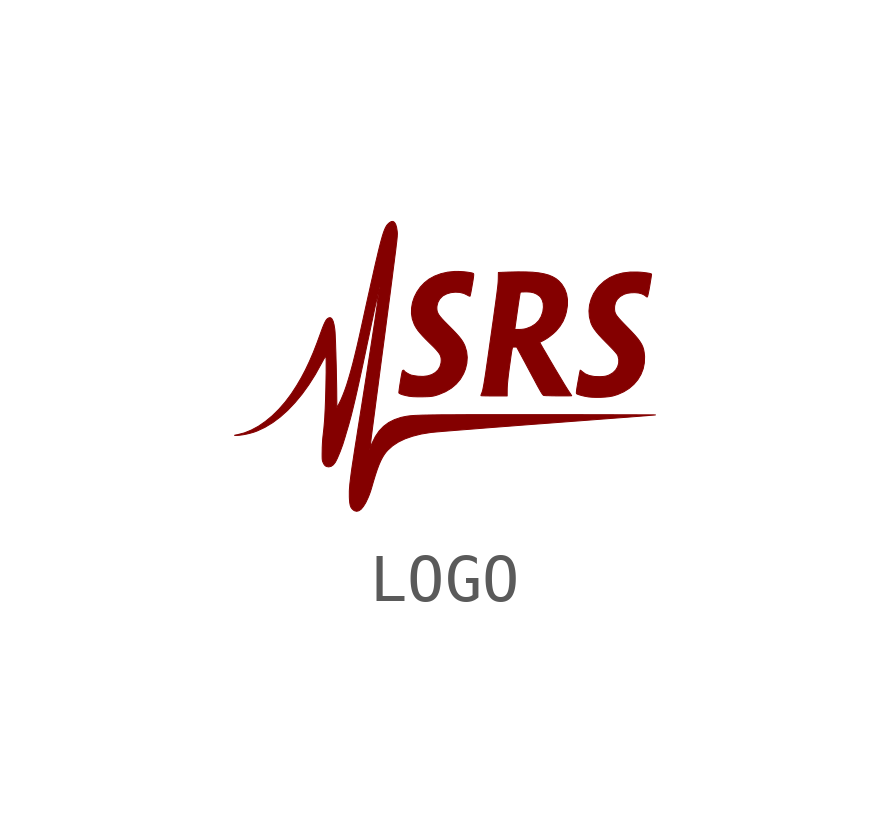
<source format=kicad_sym>
(kicad_symbol_lib
  (version 20220914)
  (generator "bitmap2component")
  (generator_version "8.0")
  (symbol "LOGO"
    (pin_names
      (offset 1.016))
    (property "Reference" "#G"
      (at 0 2.386 0)
      (effects (font (size 1.27 1.27)) hide))
    (symbol "LOGO_0_0"
      (polyline (pts (xy -1.79 -3.01) (xy -1.743 -2.977) (xy -1.696 -2.92) (xy -1.647 -2.842) (xy -1.599 -2.74) (xy -1.593 -2.726) (xy -1.568 -2.664) (xy -1.545 -2.598) (xy -1.527 -2.54) (xy -1.486 -2.398) (xy -1.445 -2.264) (xy -1.407 -2.149) (xy -1.37 -2.051) (xy -1.334 -1.968) (xy -1.297 -1.897) (xy -1.26 -1.837) (xy -1.221 -1.785) (xy -1.188 -1.748) (xy -1.087 -1.657) (xy -0.967 -1.578) (xy -0.827 -1.511) (xy -0.667 -1.456) (xy -0.489 -1.411) (xy -0.29 -1.379) (xy -0.283 -1.378) (xy -0.245 -1.375) (xy -0.185 -1.369) (xy -0.102 -1.362) (xy 0.002 -1.353) (xy 0.128 -1.343) (xy 0.276 -1.331) (xy 0.444 -1.318) (xy 0.634 -1.303) (xy 0.844 -1.286) (xy 1.074 -1.268) (xy 1.324 -1.249) (xy 1.593 -1.228) (xy 1.883 -1.206) (xy 2.191 -1.183) (xy 2.518 -1.158) (xy 2.864 -1.132) (xy 3.228 -1.104) (xy 3.61 -1.075) (xy 3.677 -1.07) (xy 3.804 -1.061) (xy 3.924 -1.051) (xy 4.034 -1.043) (xy 4.132 -1.035) (xy 4.218 -1.028) (xy 4.288 -1.022) (xy 4.341 -1.018) (xy 4.375 -1.015) (xy 4.388 -1.013) (xy 4.38 -1.013) (xy 4.35 -1.012) (xy 4.3 -1.012) (xy 4.23 -1.011) (xy 4.141 -1.011) (xy 4.034 -1.011) (xy 3.91 -1.01) (xy 3.771 -1.01) (xy 3.617 -1.01) (xy 3.449 -1.009) (xy 3.269 -1.009) (xy 3.078 -1.009) (xy 2.876 -1.008) (xy 2.665 -1.008) (xy 2.445 -1.008) (xy 2.218 -1.008) (xy 1.985 -1.008) (xy 1.798 -1.008) (xy 1.523 -1.008) (xy 1.268 -1.008) (xy 1.034 -1.008) (xy 0.82 -1.008) (xy 0.624 -1.008) (xy 0.446 -1.008) (xy 0.284 -1.009) (xy 0.137 -1.01) (xy 0.006 -1.01) (xy -0.112 -1.011) (xy -0.217 -1.013) (xy -0.31 -1.014) (xy -0.393 -1.016) (xy -0.465 -1.017) (xy -0.529 -1.02) (xy -0.584 -1.022) (xy -0.632 -1.024) (xy -0.675 -1.027) (xy -0.712 -1.03) (xy -0.745 -1.034) (xy -0.774 -1.038) (xy -0.801 -1.042) (xy -0.827 -1.047) (xy -0.852 -1.052) (xy -0.913 -1.065) (xy -1.049 -1.111) (xy -1.17 -1.172) (xy -1.276 -1.251) (xy -1.368 -1.347) (xy -1.446 -1.462) (xy -1.512 -1.595) (xy -1.525 -1.625) (xy -1.541 -1.659) (xy -1.552 -1.679) (xy -1.556 -1.681) (xy -1.556 -1.679) (xy -1.553 -1.656) (xy -1.548 -1.614) (xy -1.54 -1.554) (xy -1.531 -1.477) (xy -1.519 -1.387) (xy -1.506 -1.284) (xy -1.491 -1.17) (xy -1.475 -1.049) (xy -1.458 -0.92) (xy -1.425 -0.665) (xy -1.382 -0.341) (xy -1.343 -0.039) (xy -1.306 0.242) (xy -1.271 0.504) (xy -1.239 0.747) (xy -1.21 0.971) (xy -1.183 1.177) (xy -1.158 1.367) (xy -1.135 1.541) (xy -1.115 1.699) (xy -1.096 1.843) (xy -1.08 1.972) (xy -1.065 2.089) (xy -1.051 2.193) (xy -1.04 2.285) (xy -1.029 2.367) (xy -1.02 2.439) (xy -1.013 2.501) (xy -1.007 2.554) (xy -1.001 2.6) (xy -0.997 2.639) (xy -0.994 2.671) (xy -0.991 2.697) (xy -0.99 2.719) (xy -0.989 2.736) (xy -0.988 2.751) (xy -0.988 2.762) (xy -0.988 2.772) (xy -0.989 2.78) (xy -0.989 2.788) (xy -0.992 2.815) (xy -1.005 2.897) (xy -1.024 2.958) (xy -1.049 2.998) (xy -1.08 3.018) (xy -1.115 3.015) (xy -1.156 2.99) (xy -1.168 2.979) (xy -1.183 2.965) (xy -1.198 2.949) (xy -1.212 2.931) (xy -1.225 2.909) (xy -1.239 2.883) (xy -1.253 2.851) (xy -1.268 2.813) (xy -1.284 2.767) (xy -1.301 2.713) (xy -1.319 2.65) (xy -1.339 2.576) (xy -1.361 2.49) (xy -1.385 2.393) (xy -1.411 2.281) (xy -1.441 2.156) (xy -1.473 2.015) (xy -1.508 1.857) (xy -1.548 1.683) (xy -1.56 1.625) (xy -1.371 1.625) (xy -1.369 1.64) (xy -1.365 1.639) (xy -1.364 1.634) (xy -1.365 1.61) (xy -1.369 1.609) (xy -1.371 1.625) (xy -1.56 1.625) (xy -1.591 1.489) (xy -1.638 1.277) (xy -1.689 1.044) (xy -1.745 0.789) (xy -1.777 0.644) (xy -1.827 0.425) (xy -1.875 0.226) (xy -1.92 0.046) (xy -1.964 -0.116) (xy -2.006 -0.261) (xy -2.046 -0.391) (xy -2.086 -0.506) (xy -2.126 -0.609) (xy -2.165 -0.701) (xy -2.205 -0.782) (xy -2.248 -0.864) (xy -2.251 -0.612) (xy -2.251 -0.596) (xy -2.252 -0.48) (xy -2.254 -0.358) (xy -2.257 -0.231) (xy -2.259 -0.102) (xy -2.262 0.027) (xy -2.266 0.153) (xy -2.269 0.274) (xy -2.273 0.386) (xy -2.276 0.489) (xy -2.28 0.578) (xy -2.283 0.652) (xy -2.286 0.708) (xy -2.289 0.744) (xy -2.293 0.779) (xy -2.308 0.87) (xy -2.327 0.94) (xy -2.35 0.986) (xy -2.376 1.01) (xy -2.406 1.012) (xy -2.422 1.006) (xy -2.442 0.994) (xy -2.461 0.977) (xy -2.479 0.951) (xy -2.499 0.914) (xy -2.522 0.864) (xy -2.548 0.8) (xy -2.578 0.718) (xy -2.615 0.617) (xy -2.661 0.491) (xy -2.741 0.285) (xy -2.822 0.098) (xy -2.905 -0.077) (xy -2.991 -0.24) (xy -3.083 -0.397) (xy -3.182 -0.55) (xy -3.202 -0.58) (xy -3.326 -0.745) (xy -3.458 -0.896) (xy -3.595 -1.031) (xy -3.737 -1.148) (xy -3.881 -1.248) (xy -4.028 -1.327) (xy -4.174 -1.387) (xy -4.319 -1.425) (xy -4.338 -1.428) (xy -4.369 -1.434) (xy -4.38 -1.438) (xy -4.372 -1.44) (xy -4.348 -1.44) (xy -4.339 -1.441) (xy -4.279 -1.437) (xy -4.206 -1.427) (xy -4.127 -1.412) (xy -4.049 -1.393) (xy -3.979 -1.373) (xy -3.91 -1.348) (xy -3.747 -1.272) (xy -3.585 -1.174) (xy -3.426 -1.055) (xy -3.271 -0.916) (xy -3.12 -0.757) (xy -2.973 -0.58) (xy -2.832 -0.384) (xy -2.697 -0.171) (xy -2.57 0.059) (xy -2.552 0.092) (xy -2.525 0.141) (xy -2.502 0.179) (xy -2.486 0.203) (xy -2.479 0.21) (xy -2.476 0.198) (xy -2.474 0.164) (xy -2.472 0.113) (xy -2.472 0.045) (xy -2.472 -0.036) (xy -2.472 -0.128) (xy -2.474 -0.229) (xy -2.476 -0.336) (xy -2.478 -0.448) (xy -2.481 -0.56) (xy -2.484 -0.673) (xy -2.488 -0.782) (xy -2.492 -0.885) (xy -2.497 -0.981) (xy -2.501 -1.066) (xy -2.506 -1.138) (xy -2.512 -1.206) (xy -2.519 -1.289) (xy -2.528 -1.371) (xy -2.536 -1.442) (xy -2.538 -1.459) (xy -2.545 -1.529) (xy -2.55 -1.611) (xy -2.554 -1.695) (xy -2.555 -1.773) (xy -2.556 -1.822) (xy -2.556 -1.88) (xy -2.555 -1.922) (xy -2.552 -1.953) (xy -2.547 -1.976) (xy -2.539 -1.997) (xy -2.529 -2.019) (xy -2.511 -2.051) (xy -2.488 -2.075) (xy -2.46 -2.089) (xy -2.418 -2.096) (xy -2.369 -2.085) (xy -2.322 -2.052) (xy -2.279 -1.997) (xy -2.239 -1.918) (xy -2.18 -1.778) (xy -2.126 -1.631) (xy -2.083 -1.493) (xy -2.072 -1.458) (xy -2.053 -1.39) (xy -2.033 -1.324) (xy -2.017 -1.27) (xy -2.001 -1.216) (xy -1.978 -1.131) (xy -1.952 -1.036) (xy -1.925 -0.928) (xy -1.896 -0.808) (xy -1.864 -0.674) (xy -1.83 -0.525) (xy -1.793 -0.359) (xy -1.753 -0.176) (xy -1.709 0.026) (xy -1.662 0.248) (xy -1.611 0.492) (xy -1.592 0.579) (xy -1.56 0.73) (xy -1.53 0.873) (xy -1.501 1.007) (xy -1.475 1.131) (xy -1.451 1.242) (xy -1.429 1.339) (xy -1.411 1.422) (xy -1.396 1.488) (xy -1.385 1.536) (xy -1.378 1.565) (xy -1.375 1.573) (xy -1.375 1.571) (xy -1.376 1.548) (xy -1.381 1.501) (xy -1.389 1.433) (xy -1.401 1.341) (xy -1.417 1.228) (xy -1.437 1.091) (xy -1.46 0.933) (xy -1.488 0.751) (xy -1.519 0.547) (xy -1.554 0.321) (xy -1.593 0.072) (xy -1.635 -0.2) (xy -1.681 -0.494) (xy -1.731 -0.811) (xy -1.785 -1.15) (xy -1.81 -1.306) (xy -1.839 -1.494) (xy -1.866 -1.662) (xy -1.875 -1.721) (xy -1.567 -1.721) (xy -1.565 -1.71) (xy -1.56 -1.714) (xy -1.558 -1.721) (xy -1.56 -1.736) (xy -1.564 -1.736) (xy -1.567 -1.721) (xy -1.875 -1.721) (xy -1.889 -1.811) (xy -1.909 -1.944) (xy -1.927 -2.06) (xy -1.942 -2.163) (xy -1.954 -2.252) (xy -1.964 -2.33) (xy -1.972 -2.399) (xy -1.979 -2.459) (xy -1.983 -2.512) (xy -1.987 -2.559) (xy -1.989 -2.603) (xy -1.989 -2.643) (xy -1.989 -2.683) (xy -1.989 -2.723) (xy -1.987 -2.769) (xy -1.981 -2.84) (xy -1.971 -2.895) (xy -1.956 -2.936) (xy -1.933 -2.969) (xy -1.903 -2.996) (xy -1.883 -3.009) (xy -1.837 -3.021) (xy -1.79 -3.01)) (stroke (width 0.01) (type default)) (fill (type outline)))
      (polyline (pts (xy 3.251 -0.647) (xy 3.345 -0.641) (xy 3.43 -0.632) (xy 3.5 -0.619) (xy 3.601 -0.588) (xy 3.729 -0.531) (xy 3.842 -0.46) (xy 3.94 -0.375) (xy 4.022 -0.278) (xy 4.086 -0.171) (xy 4.132 -0.054) (xy 4.157 0.07) (xy 4.162 0.2) (xy 4.161 0.218) (xy 4.154 0.284) (xy 4.143 0.345) (xy 4.126 0.402) (xy 4.101 0.457) (xy 4.066 0.514) (xy 4.021 0.576) (xy 3.963 0.644) (xy 3.89 0.723) (xy 3.803 0.813) (xy 3.793 0.823) (xy 3.722 0.896) (xy 3.665 0.956) (xy 3.621 1.005) (xy 3.588 1.046) (xy 3.565 1.081) (xy 3.55 1.113) (xy 3.541 1.144) (xy 3.537 1.177) (xy 3.536 1.213) (xy 3.538 1.254) (xy 3.556 1.331) (xy 3.594 1.396) (xy 3.651 1.452) (xy 3.73 1.497) (xy 3.736 1.5) (xy 3.8 1.52) (xy 3.877 1.531) (xy 3.957 1.534) (xy 4.034 1.527) (xy 4.097 1.511) (xy 4.125 1.499) (xy 4.16 1.481) (xy 4.182 1.464) (xy 4.199 1.449) (xy 4.216 1.442) (xy 4.221 1.448) (xy 4.23 1.476) (xy 4.241 1.525) (xy 4.255 1.593) (xy 4.27 1.679) (xy 4.274 1.702) (xy 4.285 1.771) (xy 4.295 1.83) (xy 4.302 1.877) (xy 4.306 1.909) (xy 4.307 1.921) (xy 4.29 1.929) (xy 4.255 1.938) (xy 4.205 1.946) (xy 4.145 1.954) (xy 4.079 1.96) (xy 4.01 1.964) (xy 3.859 1.963) (xy 3.706 1.944) (xy 3.565 1.906) (xy 3.437 1.849) (xy 3.322 1.773) (xy 3.219 1.679) (xy 3.171 1.622) (xy 3.099 1.514) (xy 3.048 1.397) (xy 3.015 1.276) (xy 3.003 1.152) (xy 3.012 1.029) (xy 3.043 0.908) (xy 3.053 0.882) (xy 3.078 0.83) (xy 3.113 0.775) (xy 3.158 0.715) (xy 3.216 0.647) (xy 3.288 0.57) (xy 3.376 0.48) (xy 3.38 0.477) (xy 3.448 0.407) (xy 3.506 0.347) (xy 3.551 0.297) (xy 3.582 0.259) (xy 3.598 0.235) (xy 3.606 0.217) (xy 3.624 0.141) (xy 3.622 0.064) (xy 3.6 -0.01) (xy 3.56 -0.077) (xy 3.503 -0.134) (xy 3.43 -0.178) (xy 3.403 -0.189) (xy 3.361 -0.203) (xy 3.314 -0.211) (xy 3.253 -0.215) (xy 3.228 -0.216) (xy 3.112 -0.212) (xy 3.013 -0.193) (xy 2.93 -0.16) (xy 2.863 -0.111) (xy 2.852 -0.101) (xy 2.832 -0.085) (xy 2.821 -0.081) (xy 2.821 -0.083) (xy 2.816 -0.102) (xy 2.808 -0.139) (xy 2.798 -0.191) (xy 2.787 -0.254) (xy 2.774 -0.325) (xy 2.766 -0.367) (xy 2.754 -0.438) (xy 2.746 -0.491) (xy 2.742 -0.528) (xy 2.74 -0.552) (xy 2.743 -0.567) (xy 2.747 -0.573) (xy 2.765 -0.582) (xy 2.805 -0.596) (xy 2.858 -0.611) (xy 2.918 -0.625) (xy 2.981 -0.636) (xy 2.99 -0.638) (xy 3.067 -0.645) (xy 3.156 -0.648) (xy 3.251 -0.647)) (stroke (width 0.01) (type default)) (fill (type outline)))
      (polyline (pts (xy -0.463 -0.636) (xy -0.39 -0.634) (xy -0.331 -0.632) (xy -0.285 -0.628) (xy -0.246 -0.622) (xy -0.209 -0.614) (xy -0.168 -0.602) (xy -0.122 -0.587) (xy 0.014 -0.53) (xy 0.135 -0.457) (xy 0.238 -0.37) (xy 0.324 -0.269) (xy 0.391 -0.154) (xy 0.429 -0.06) (xy 0.459 0.063) (xy 0.468 0.185) (xy 0.455 0.306) (xy 0.42 0.421) (xy 0.418 0.427) (xy 0.396 0.474) (xy 0.37 0.52) (xy 0.337 0.568) (xy 0.296 0.62) (xy 0.243 0.679) (xy 0.178 0.748) (xy 0.097 0.83) (xy 0.053 0.874) (xy -0.012 0.94) (xy -0.063 0.995) (xy -0.101 1.04) (xy -0.129 1.079) (xy -0.147 1.114) (xy -0.159 1.147) (xy -0.164 1.181) (xy -0.166 1.218) (xy -0.163 1.257) (xy -0.143 1.334) (xy -0.104 1.403) (xy -0.049 1.459) (xy -0.036 1.469) (xy 0.041 1.509) (xy 0.127 1.534) (xy 0.219 1.544) (xy 0.311 1.539) (xy 0.397 1.518) (xy 0.471 1.482) (xy 0.487 1.472) (xy 0.512 1.461) (xy 0.526 1.461) (xy 0.526 1.462) (xy 0.531 1.479) (xy 0.539 1.515) (xy 0.549 1.566) (xy 0.56 1.627) (xy 0.572 1.697) (xy 0.577 1.723) (xy 0.589 1.796) (xy 0.597 1.85) (xy 0.601 1.888) (xy 0.602 1.913) (xy 0.6 1.927) (xy 0.595 1.934) (xy 0.568 1.944) (xy 0.523 1.953) (xy 0.463 1.962) (xy 0.392 1.97) (xy 0.315 1.975) (xy 0.207 1.976) (xy 0.059 1.961) (xy -0.081 1.929) (xy -0.212 1.88) (xy -0.329 1.816) (xy -0.424 1.741) (xy -0.51 1.651) (xy -0.58 1.55) (xy -0.635 1.442) (xy -0.673 1.329) (xy -0.693 1.213) (xy -0.695 1.098) (xy -0.677 0.986) (xy -0.639 0.88) (xy -0.622 0.845) (xy -0.593 0.795) (xy -0.559 0.745) (xy -0.516 0.693) (xy -0.464 0.634) (xy -0.399 0.566) (xy -0.318 0.486) (xy -0.303 0.471) (xy -0.234 0.404) (xy -0.181 0.348) (xy -0.141 0.301) (xy -0.112 0.262) (xy -0.093 0.226) (xy -0.082 0.191) (xy -0.076 0.155) (xy -0.075 0.114) (xy -0.079 0.069) (xy -0.101 -0.009) (xy -0.141 -0.075) (xy -0.198 -0.13) (xy -0.27 -0.172) (xy -0.355 -0.199) (xy -0.452 -0.211) (xy -0.558 -0.207) (xy -0.572 -0.205) (xy -0.623 -0.198) (xy -0.668 -0.19) (xy -0.698 -0.184) (xy -0.709 -0.18) (xy -0.743 -0.165) (xy -0.779 -0.145) (xy -0.813 -0.124) (xy -0.837 -0.105) (xy -0.847 -0.092) (xy -0.848 -0.087) (xy -0.858 -0.08) (xy -0.874 -0.085) (xy -0.885 -0.1) (xy -0.891 -0.124) (xy -0.899 -0.165) (xy -0.909 -0.218) (xy -0.919 -0.278) (xy -0.929 -0.341) (xy -0.939 -0.403) (xy -0.947 -0.46) (xy -0.953 -0.506) (xy -0.957 -0.539) (xy -0.957 -0.554) (xy -0.948 -0.564) (xy -0.919 -0.579) (xy -0.873 -0.595) (xy -0.814 -0.61) (xy -0.746 -0.624) (xy -0.731 -0.626) (xy -0.662 -0.633) (xy -0.572 -0.636) (xy -0.463 -0.636)) (stroke (width 0.01) (type default)) (fill (type outline)))
      (polyline (pts (xy 1.3 -0.478) (xy 1.301 -0.442) (xy 1.306 -0.361) (xy 1.316 -0.261) (xy 1.33 -0.141) (xy 1.349 0) (xy 1.354 0.035) (xy 1.368 0.135) (xy 1.379 0.215) (xy 1.388 0.277) (xy 1.396 0.324) (xy 1.402 0.357) (xy 1.408 0.379) (xy 1.415 0.393) (xy 1.422 0.399) (xy 1.43 0.401) (xy 1.44 0.401) (xy 1.453 0.401) (xy 1.497 0.401) (xy 1.595 0.22) (xy 1.598 0.214) (xy 1.63 0.154) (xy 1.671 0.079) (xy 1.716 -0.006) (xy 1.765 -0.098) (xy 1.815 -0.191) (xy 1.863 -0.28) (xy 1.887 -0.326) (xy 1.932 -0.41) (xy 1.969 -0.476) (xy 1.998 -0.527) (xy 2.02 -0.563) (xy 2.038 -0.588) (xy 2.051 -0.602) (xy 2.061 -0.608) (xy 2.061 -0.608) (xy 2.079 -0.61) (xy 2.115 -0.612) (xy 2.166 -0.613) (xy 2.227 -0.615) (xy 2.294 -0.616) (xy 2.364 -0.617) (xy 2.434 -0.617) (xy 2.499 -0.617) (xy 2.557 -0.617) (xy 2.602 -0.616) (xy 2.632 -0.615) (xy 2.643 -0.613) (xy 2.638 -0.605) (xy 2.623 -0.58) (xy 2.599 -0.545) (xy 2.57 -0.502) (xy 2.565 -0.494) (xy 2.545 -0.462) (xy 2.516 -0.416) (xy 2.48 -0.357) (xy 2.439 -0.288) (xy 2.393 -0.211) (xy 2.343 -0.128) (xy 2.292 -0.043) (xy 2.241 0.044) (xy 2.191 0.129) (xy 2.143 0.211) (xy 2.099 0.287) (xy 2.059 0.354) (xy 2.026 0.412) (xy 2.001 0.456) (xy 1.985 0.485) (xy 1.979 0.497) (xy 1.98 0.499) (xy 1.993 0.507) (xy 2.019 0.519) (xy 2.066 0.543) (xy 2.132 0.583) (xy 2.2 0.632) (xy 2.265 0.685) (xy 2.319 0.736) (xy 2.4 0.834) (xy 2.465 0.94) (xy 2.511 1.054) (xy 2.533 1.135) (xy 2.555 1.266) (xy 2.556 1.39) (xy 2.537 1.505) (xy 2.498 1.612) (xy 2.439 1.708) (xy 2.43 1.718) (xy 2.377 1.776) (xy 2.316 1.826) (xy 2.244 1.867) (xy 2.162 1.901) (xy 2.066 1.927) (xy 1.956 1.947) (xy 1.829 1.96) (xy 1.685 1.966) (xy 1.522 1.967) (xy 1.339 1.963) (xy 1.116 1.954) (xy 1.114 1.832) (xy 1.114 1.823) (xy 1.113 1.799) (xy 1.112 1.773) (xy 1.11 1.743) (xy 1.107 1.709) (xy 1.103 1.669) (xy 1.097 1.621) (xy 1.09 1.564) (xy 1.082 1.497) (xy 1.071 1.418) (xy 1.059 1.326) (xy 1.044 1.22) (xy 1.027 1.097) (xy 1.008 0.958) (xy 0.985 0.8) (xy 0.981 0.767) (xy 1.458 0.767) (xy 1.512 1.151) (xy 1.522 1.22) (xy 1.534 1.306) (xy 1.546 1.383) (xy 1.556 1.448) (xy 1.564 1.498) (xy 1.57 1.53) (xy 1.573 1.543) (xy 1.581 1.545) (xy 1.607 1.548) (xy 1.648 1.549) (xy 1.697 1.55) (xy 1.706 1.55) (xy 1.785 1.545) (xy 1.85 1.531) (xy 1.907 1.507) (xy 1.963 1.47) (xy 1.993 1.442) (xy 2.028 1.384) (xy 2.049 1.313) (xy 2.054 1.232) (xy 2.043 1.145) (xy 2.041 1.133) (xy 2.007 1.035) (xy 1.956 0.951) (xy 1.886 0.881) (xy 1.799 0.826) (xy 1.694 0.785) (xy 1.653 0.776) (xy 1.598 0.769) (xy 1.545 0.767) (xy 1.458 0.767) (xy 0.981 0.767) (xy 0.96 0.622) (xy 0.932 0.423) (xy 0.911 0.275) (xy 0.889 0.123) (xy 0.87 -0.008) (xy 0.854 -0.121) (xy 0.839 -0.218) (xy 0.826 -0.299) (xy 0.815 -0.366) (xy 0.805 -0.421) (xy 0.796 -0.465) (xy 0.789 -0.5) (xy 0.781 -0.527) (xy 0.774 -0.547) (xy 0.768 -0.563) (xy 0.763 -0.574) (xy 0.754 -0.599) (xy 0.753 -0.612) (xy 0.758 -0.613) (xy 0.784 -0.615) (xy 0.827 -0.616) (xy 0.884 -0.617) (xy 0.953 -0.618) (xy 1.029 -0.618) (xy 1.299 -0.618) (xy 1.3 -0.478)) (stroke (width 0.01) (type default)) (fill (type outline))))))
</source>
